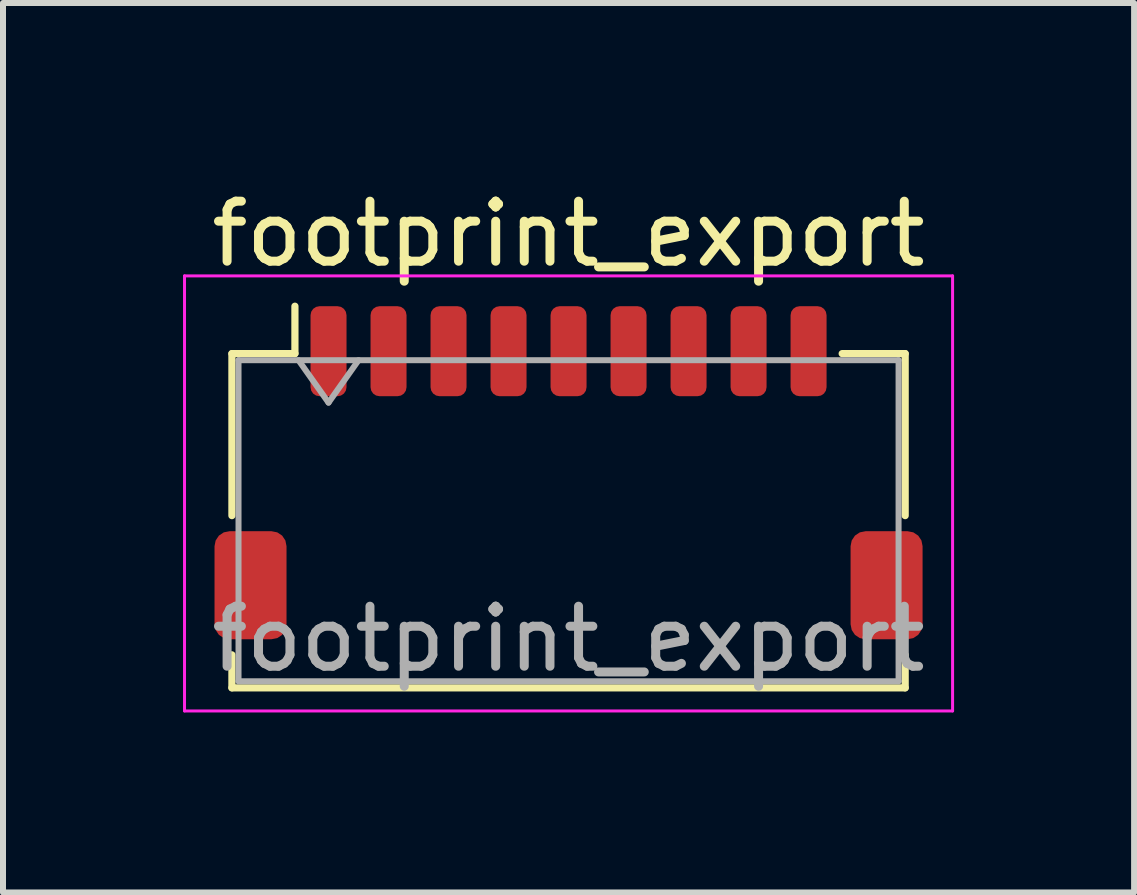
<source format=kicad_pcb>
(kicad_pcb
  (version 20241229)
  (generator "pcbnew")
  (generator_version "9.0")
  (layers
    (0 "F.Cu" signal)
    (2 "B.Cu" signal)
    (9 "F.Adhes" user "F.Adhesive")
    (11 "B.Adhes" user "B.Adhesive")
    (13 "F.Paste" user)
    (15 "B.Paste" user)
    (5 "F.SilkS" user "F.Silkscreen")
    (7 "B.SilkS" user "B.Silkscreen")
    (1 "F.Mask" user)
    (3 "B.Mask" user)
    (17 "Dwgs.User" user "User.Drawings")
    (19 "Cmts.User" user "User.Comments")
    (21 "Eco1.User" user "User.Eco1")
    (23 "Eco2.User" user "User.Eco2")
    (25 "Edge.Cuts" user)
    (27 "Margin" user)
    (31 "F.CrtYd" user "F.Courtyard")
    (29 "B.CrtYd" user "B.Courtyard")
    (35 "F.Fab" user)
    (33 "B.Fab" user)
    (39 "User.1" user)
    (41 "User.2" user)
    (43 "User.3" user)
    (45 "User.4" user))
  (footprint "footprint_export"
    (layer "F.Cu")
    (at 6.425 4.828)
    (property "Reference" "footprint_export" (at 0 -3.98 0) (layer "F.SilkS") (effects (font (size 1 1) (thickness 0.15))))
    (attr smd)
    (fp_line (start -5.61 -1.985) (end -4.56 -1.985) (stroke (width 0.12) (type solid)) (layer "F.SilkS"))
    (fp_line (start -5.61 0.715) (end -5.61 -1.985) (stroke (width 0.12) (type solid)) (layer "F.SilkS"))
    (fp_line (start -5.61 3.035) (end -5.61 3.585) (stroke (width 0.12) (type solid)) (layer "F.SilkS"))
    (fp_line (start -5.61 3.585) (end 5.61 3.585) (stroke (width 0.12) (type solid)) (layer "F.SilkS"))
    (fp_line (start -4.56 -1.985) (end -4.56 -2.775) (stroke (width 0.12) (type solid)) (layer "F.SilkS"))
    (fp_line (start 5.61 -1.985) (end 4.56 -1.985) (stroke (width 0.12) (type solid)) (layer "F.SilkS"))
    (fp_line (start 5.61 0.715) (end 5.61 -1.985) (stroke (width 0.12) (type solid)) (layer "F.SilkS"))
    (fp_line (start 5.61 3.585) (end 5.61 3.035) (stroke (width 0.12) (type solid)) (layer "F.SilkS"))
    (fp_line (start -6.4 -3.28) (end -6.4 3.97) (stroke (width 0.05) (type solid)) (layer "F.CrtYd"))
    (fp_line (start -6.4 3.97) (end 6.4 3.97) (stroke (width 0.05) (type solid)) (layer "F.CrtYd"))
    (fp_line (start 6.4 -3.28) (end -6.4 -3.28) (stroke (width 0.05) (type solid)) (layer "F.CrtYd"))
    (fp_line (start 6.4 3.97) (end 6.4 -3.28) (stroke (width 0.05) (type solid)) (layer "F.CrtYd"))
    (fp_line (start -5.5 -1.875) (end -5.5 3.475) (stroke (width 0.1) (type solid)) (layer "F.Fab"))
    (fp_line (start -5.5 -1.875) (end 5.5 -1.875) (stroke (width 0.1) (type solid)) (layer "F.Fab"))
    (fp_line (start -5.5 3.475) (end 5.5 3.475) (stroke (width 0.1) (type solid)) (layer "F.Fab"))
    (fp_line (start -4.5 -1.875) (end -4 -1.168) (stroke (width 0.1) (type solid)) (layer "F.Fab"))
    (fp_line (start -4 -1.168) (end -3.5 -1.875) (stroke (width 0.1) (type solid)) (layer "F.Fab"))
    (fp_line (start 5.5 -1.875) (end 5.5 3.475) (stroke (width 0.1) (type solid)) (layer "F.Fab"))
    (fp_text user "${REFERENCE}" (at 0 2.77 0) (layer "F.Fab") (effects (font (size 1 1) (thickness 0.15))))
    (pad "1" smd roundrect (at -4 -2.025) (size 0.6 1.5) (layers "F.Cu" "F.Mask" "F.Paste") (roundrect_rratio 0.25))
    (pad "2" smd roundrect (at -3 -2.025) (size 0.6 1.5) (layers "F.Cu" "F.Mask" "F.Paste") (roundrect_rratio 0.25))
    (pad "3" smd roundrect (at -2 -2.025) (size 0.6 1.5) (layers "F.Cu" "F.Mask" "F.Paste") (roundrect_rratio 0.25))
    (pad "4" smd roundrect (at -1 -2.025) (size 0.6 1.5) (layers "F.Cu" "F.Mask" "F.Paste") (roundrect_rratio 0.25))
    (pad "5" smd roundrect (at 0 -2.025) (size 0.6 1.5) (layers "F.Cu" "F.Mask" "F.Paste") (roundrect_rratio 0.25))
    (pad "6" smd roundrect (at 1 -2.025) (size 0.6 1.5) (layers "F.Cu" "F.Mask" "F.Paste") (roundrect_rratio 0.25))
    (pad "7" smd roundrect (at 2 -2.025) (size 0.6 1.5) (layers "F.Cu" "F.Mask" "F.Paste") (roundrect_rratio 0.25))
    (pad "8" smd roundrect (at 3 -2.025) (size 0.6 1.5) (layers "F.Cu" "F.Mask" "F.Paste") (roundrect_rratio 0.25))
    (pad "9" smd roundrect (at 4 -2.025) (size 0.6 1.5) (layers "F.Cu" "F.Mask" "F.Paste") (roundrect_rratio 0.25))
    (pad "MP" smd roundrect (at -5.3 1.875) (size 1.2 1.8) (layers "F.Cu" "F.Mask" "F.Paste") (roundrect_rratio 0.208))
    (pad "MP" smd roundrect (at 5.3 1.875) (size 1.2 1.8) (layers "F.Cu" "F.Mask" "F.Paste") (roundrect_rratio 0.208)))
  (gr_rect
    (start -3 -3)
    (end 15.85 11.823)
    (stroke (width 0.1) (type default))
    (fill no)
    (layer "Edge.Cuts")))
</source>
